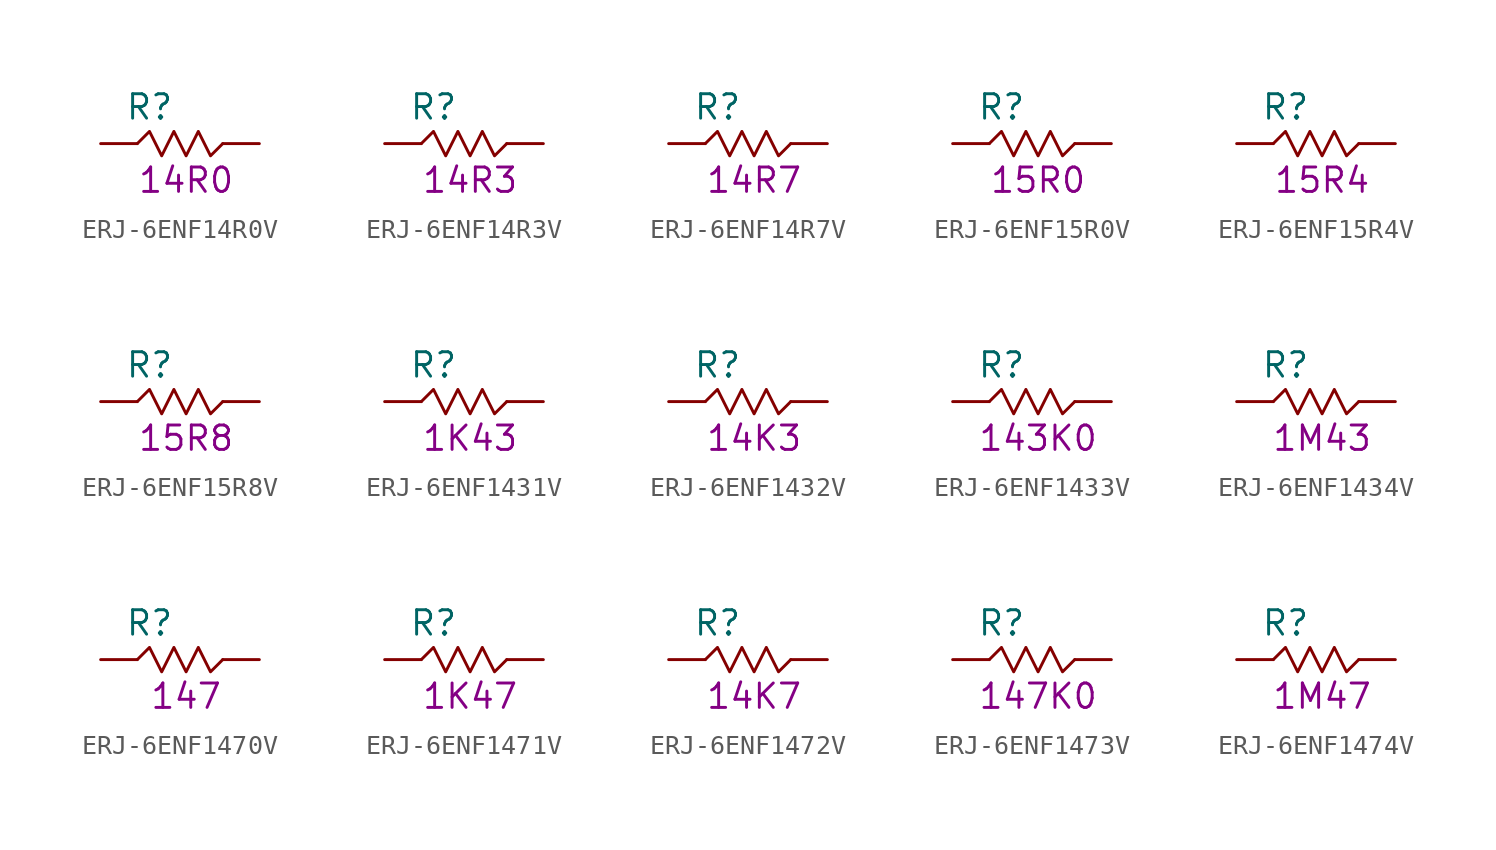
<source format=kicad_sym>
(kicad_symbol_lib
  (version 20211014)
  (generator KiCadLib_py)
  (symbol "ERJ-6ENF14R0V"
    (pin_numbers hide)
    (pin_names hide)
    (property "Reference" "R"
      (at -1.905 1.905 0)
      (effects (font (size 1.27 1.27))))
    (property "Val" "14R0"
      (at 0 -1.905 0)
      (effects (font (size 1.27 1.27))))
    (symbol "ERJ-6ENF14R0V_0_1"
      (polyline (pts (xy -2.54 0) (xy -1.905 0.635) (xy -1.27 -0.635) (xy -0.635 0.635) (xy 0 -0.635) (xy 0.635 0.635) (xy 1.27 -0.635) (xy 1.905 0)) (stroke (width 0) (type default) (color 0 0 0 0)) (fill (type none))))
    (symbol "ERJ-6ENF14R0V_1_1"
      (pin passive line (at -4.445 0 0) (length 1.905) (name "~" (effects (font (size 1.27 1.27)))) (number "1" (effects (font (size 1.27 1.27)))))
      (pin passive line (at 3.81 0 180) (length 1.905) (name "~" (effects (font (size 1.27 1.27)))) (number "2" (effects (font (size 1.27 1.27)))))))
  (symbol "ERJ-6ENF14R3V"
    (pin_numbers hide)
    (pin_names hide)
    (property "Reference" "R"
      (at -1.905 1.905 0)
      (effects (font (size 1.27 1.27))))
    (property "Val" "14R3"
      (at 0 -1.905 0)
      (effects (font (size 1.27 1.27))))
    (symbol "ERJ-6ENF14R3V_0_1"
      (polyline (pts (xy -2.54 0) (xy -1.905 0.635) (xy -1.27 -0.635) (xy -0.635 0.635) (xy 0 -0.635) (xy 0.635 0.635) (xy 1.27 -0.635) (xy 1.905 0)) (stroke (width 0) (type default) (color 0 0 0 0)) (fill (type none))))
    (symbol "ERJ-6ENF14R3V_1_1"
      (pin passive line (at -4.445 0 0) (length 1.905) (name "~" (effects (font (size 1.27 1.27)))) (number "1" (effects (font (size 1.27 1.27)))))
      (pin passive line (at 3.81 0 180) (length 1.905) (name "~" (effects (font (size 1.27 1.27)))) (number "2" (effects (font (size 1.27 1.27)))))))
  (symbol "ERJ-6ENF14R7V"
    (pin_numbers hide)
    (pin_names hide)
    (property "Reference" "R"
      (at -1.905 1.905 0)
      (effects (font (size 1.27 1.27))))
    (property "Val" "14R7"
      (at 0 -1.905 0)
      (effects (font (size 1.27 1.27))))
    (symbol "ERJ-6ENF14R7V_0_1"
      (polyline (pts (xy -2.54 0) (xy -1.905 0.635) (xy -1.27 -0.635) (xy -0.635 0.635) (xy 0 -0.635) (xy 0.635 0.635) (xy 1.27 -0.635) (xy 1.905 0)) (stroke (width 0) (type default) (color 0 0 0 0)) (fill (type none))))
    (symbol "ERJ-6ENF14R7V_1_1"
      (pin passive line (at -4.445 0 0) (length 1.905) (name "~" (effects (font (size 1.27 1.27)))) (number "1" (effects (font (size 1.27 1.27)))))
      (pin passive line (at 3.81 0 180) (length 1.905) (name "~" (effects (font (size 1.27 1.27)))) (number "2" (effects (font (size 1.27 1.27)))))))
  (symbol "ERJ-6ENF15R0V"
    (pin_numbers hide)
    (pin_names hide)
    (property "Reference" "R"
      (at -1.905 1.905 0)
      (effects (font (size 1.27 1.27))))
    (property "Val" "15R0"
      (at 0 -1.905 0)
      (effects (font (size 1.27 1.27))))
    (symbol "ERJ-6ENF15R0V_0_1"
      (polyline (pts (xy -2.54 0) (xy -1.905 0.635) (xy -1.27 -0.635) (xy -0.635 0.635) (xy 0 -0.635) (xy 0.635 0.635) (xy 1.27 -0.635) (xy 1.905 0)) (stroke (width 0) (type default) (color 0 0 0 0)) (fill (type none))))
    (symbol "ERJ-6ENF15R0V_1_1"
      (pin passive line (at -4.445 0 0) (length 1.905) (name "~" (effects (font (size 1.27 1.27)))) (number "1" (effects (font (size 1.27 1.27)))))
      (pin passive line (at 3.81 0 180) (length 1.905) (name "~" (effects (font (size 1.27 1.27)))) (number "2" (effects (font (size 1.27 1.27)))))))
  (symbol "ERJ-6ENF15R4V"
    (pin_numbers hide)
    (pin_names hide)
    (property "Reference" "R"
      (at -1.905 1.905 0)
      (effects (font (size 1.27 1.27))))
    (property "Val" "15R4"
      (at 0 -1.905 0)
      (effects (font (size 1.27 1.27))))
    (symbol "ERJ-6ENF15R4V_0_1"
      (polyline (pts (xy -2.54 0) (xy -1.905 0.635) (xy -1.27 -0.635) (xy -0.635 0.635) (xy 0 -0.635) (xy 0.635 0.635) (xy 1.27 -0.635) (xy 1.905 0)) (stroke (width 0) (type default) (color 0 0 0 0)) (fill (type none))))
    (symbol "ERJ-6ENF15R4V_1_1"
      (pin passive line (at -4.445 0 0) (length 1.905) (name "~" (effects (font (size 1.27 1.27)))) (number "1" (effects (font (size 1.27 1.27)))))
      (pin passive line (at 3.81 0 180) (length 1.905) (name "~" (effects (font (size 1.27 1.27)))) (number "2" (effects (font (size 1.27 1.27)))))))
  (symbol "ERJ-6ENF15R8V"
    (pin_numbers hide)
    (pin_names hide)
    (property "Reference" "R"
      (at -1.905 1.905 0)
      (effects (font (size 1.27 1.27))))
    (property "Val" "15R8"
      (at 0 -1.905 0)
      (effects (font (size 1.27 1.27))))
    (symbol "ERJ-6ENF15R8V_0_1"
      (polyline (pts (xy -2.54 0) (xy -1.905 0.635) (xy -1.27 -0.635) (xy -0.635 0.635) (xy 0 -0.635) (xy 0.635 0.635) (xy 1.27 -0.635) (xy 1.905 0)) (stroke (width 0) (type default) (color 0 0 0 0)) (fill (type none))))
    (symbol "ERJ-6ENF15R8V_1_1"
      (pin passive line (at -4.445 0 0) (length 1.905) (name "~" (effects (font (size 1.27 1.27)))) (number "1" (effects (font (size 1.27 1.27)))))
      (pin passive line (at 3.81 0 180) (length 1.905) (name "~" (effects (font (size 1.27 1.27)))) (number "2" (effects (font (size 1.27 1.27)))))))
  (symbol "ERJ-6ENF1431V"
    (pin_numbers hide)
    (pin_names hide)
    (property "Reference" "R"
      (at -1.905 1.905 0)
      (effects (font (size 1.27 1.27))))
    (property "Val" "1K43"
      (at 0 -1.905 0)
      (effects (font (size 1.27 1.27))))
    (symbol "ERJ-6ENF1431V_0_1"
      (polyline (pts (xy -2.54 0) (xy -1.905 0.635) (xy -1.27 -0.635) (xy -0.635 0.635) (xy 0 -0.635) (xy 0.635 0.635) (xy 1.27 -0.635) (xy 1.905 0)) (stroke (width 0) (type default) (color 0 0 0 0)) (fill (type none))))
    (symbol "ERJ-6ENF1431V_1_1"
      (pin passive line (at -4.445 0 0) (length 1.905) (name "~" (effects (font (size 1.27 1.27)))) (number "1" (effects (font (size 1.27 1.27)))))
      (pin passive line (at 3.81 0 180) (length 1.905) (name "~" (effects (font (size 1.27 1.27)))) (number "2" (effects (font (size 1.27 1.27)))))))
  (symbol "ERJ-6ENF1432V"
    (pin_numbers hide)
    (pin_names hide)
    (property "Reference" "R"
      (at -1.905 1.905 0)
      (effects (font (size 1.27 1.27))))
    (property "Val" "14K3"
      (at 0 -1.905 0)
      (effects (font (size 1.27 1.27))))
    (symbol "ERJ-6ENF1432V_0_1"
      (polyline (pts (xy -2.54 0) (xy -1.905 0.635) (xy -1.27 -0.635) (xy -0.635 0.635) (xy 0 -0.635) (xy 0.635 0.635) (xy 1.27 -0.635) (xy 1.905 0)) (stroke (width 0) (type default) (color 0 0 0 0)) (fill (type none))))
    (symbol "ERJ-6ENF1432V_1_1"
      (pin passive line (at -4.445 0 0) (length 1.905) (name "~" (effects (font (size 1.27 1.27)))) (number "1" (effects (font (size 1.27 1.27)))))
      (pin passive line (at 3.81 0 180) (length 1.905) (name "~" (effects (font (size 1.27 1.27)))) (number "2" (effects (font (size 1.27 1.27)))))))
  (symbol "ERJ-6ENF1433V"
    (pin_numbers hide)
    (pin_names hide)
    (property "Reference" "R"
      (at -1.905 1.905 0)
      (effects (font (size 1.27 1.27))))
    (property "Val" "143K0"
      (at 0 -1.905 0)
      (effects (font (size 1.27 1.27))))
    (symbol "ERJ-6ENF1433V_0_1"
      (polyline (pts (xy -2.54 0) (xy -1.905 0.635) (xy -1.27 -0.635) (xy -0.635 0.635) (xy 0 -0.635) (xy 0.635 0.635) (xy 1.27 -0.635) (xy 1.905 0)) (stroke (width 0) (type default) (color 0 0 0 0)) (fill (type none))))
    (symbol "ERJ-6ENF1433V_1_1"
      (pin passive line (at -4.445 0 0) (length 1.905) (name "~" (effects (font (size 1.27 1.27)))) (number "1" (effects (font (size 1.27 1.27)))))
      (pin passive line (at 3.81 0 180) (length 1.905) (name "~" (effects (font (size 1.27 1.27)))) (number "2" (effects (font (size 1.27 1.27)))))))
  (symbol "ERJ-6ENF1434V"
    (pin_numbers hide)
    (pin_names hide)
    (property "Reference" "R"
      (at -1.905 1.905 0)
      (effects (font (size 1.27 1.27))))
    (property "Val" "1M43"
      (at 0 -1.905 0)
      (effects (font (size 1.27 1.27))))
    (symbol "ERJ-6ENF1434V_0_1"
      (polyline (pts (xy -2.54 0) (xy -1.905 0.635) (xy -1.27 -0.635) (xy -0.635 0.635) (xy 0 -0.635) (xy 0.635 0.635) (xy 1.27 -0.635) (xy 1.905 0)) (stroke (width 0) (type default) (color 0 0 0 0)) (fill (type none))))
    (symbol "ERJ-6ENF1434V_1_1"
      (pin passive line (at -4.445 0 0) (length 1.905) (name "~" (effects (font (size 1.27 1.27)))) (number "1" (effects (font (size 1.27 1.27)))))
      (pin passive line (at 3.81 0 180) (length 1.905) (name "~" (effects (font (size 1.27 1.27)))) (number "2" (effects (font (size 1.27 1.27)))))))
  (symbol "ERJ-6ENF1470V"
    (pin_numbers hide)
    (pin_names hide)
    (property "Reference" "R"
      (at -1.905 1.905 0)
      (effects (font (size 1.27 1.27))))
    (property "Val" "147"
      (at 0 -1.905 0)
      (effects (font (size 1.27 1.27))))
    (symbol "ERJ-6ENF1470V_0_1"
      (polyline (pts (xy -2.54 0) (xy -1.905 0.635) (xy -1.27 -0.635) (xy -0.635 0.635) (xy 0 -0.635) (xy 0.635 0.635) (xy 1.27 -0.635) (xy 1.905 0)) (stroke (width 0) (type default) (color 0 0 0 0)) (fill (type none))))
    (symbol "ERJ-6ENF1470V_1_1"
      (pin passive line (at -4.445 0 0) (length 1.905) (name "~" (effects (font (size 1.27 1.27)))) (number "1" (effects (font (size 1.27 1.27)))))
      (pin passive line (at 3.81 0 180) (length 1.905) (name "~" (effects (font (size 1.27 1.27)))) (number "2" (effects (font (size 1.27 1.27)))))))
  (symbol "ERJ-6ENF1471V"
    (pin_numbers hide)
    (pin_names hide)
    (property "Reference" "R"
      (at -1.905 1.905 0)
      (effects (font (size 1.27 1.27))))
    (property "Val" "1K47"
      (at 0 -1.905 0)
      (effects (font (size 1.27 1.27))))
    (symbol "ERJ-6ENF1471V_0_1"
      (polyline (pts (xy -2.54 0) (xy -1.905 0.635) (xy -1.27 -0.635) (xy -0.635 0.635) (xy 0 -0.635) (xy 0.635 0.635) (xy 1.27 -0.635) (xy 1.905 0)) (stroke (width 0) (type default) (color 0 0 0 0)) (fill (type none))))
    (symbol "ERJ-6ENF1471V_1_1"
      (pin passive line (at -4.445 0 0) (length 1.905) (name "~" (effects (font (size 1.27 1.27)))) (number "1" (effects (font (size 1.27 1.27)))))
      (pin passive line (at 3.81 0 180) (length 1.905) (name "~" (effects (font (size 1.27 1.27)))) (number "2" (effects (font (size 1.27 1.27)))))))
  (symbol "ERJ-6ENF1472V"
    (pin_numbers hide)
    (pin_names hide)
    (property "Reference" "R"
      (at -1.905 1.905 0)
      (effects (font (size 1.27 1.27))))
    (property "Val" "14K7"
      (at 0 -1.905 0)
      (effects (font (size 1.27 1.27))))
    (symbol "ERJ-6ENF1472V_0_1"
      (polyline (pts (xy -2.54 0) (xy -1.905 0.635) (xy -1.27 -0.635) (xy -0.635 0.635) (xy 0 -0.635) (xy 0.635 0.635) (xy 1.27 -0.635) (xy 1.905 0)) (stroke (width 0) (type default) (color 0 0 0 0)) (fill (type none))))
    (symbol "ERJ-6ENF1472V_1_1"
      (pin passive line (at -4.445 0 0) (length 1.905) (name "~" (effects (font (size 1.27 1.27)))) (number "1" (effects (font (size 1.27 1.27)))))
      (pin passive line (at 3.81 0 180) (length 1.905) (name "~" (effects (font (size 1.27 1.27)))) (number "2" (effects (font (size 1.27 1.27)))))))
  (symbol "ERJ-6ENF1473V"
    (pin_numbers hide)
    (pin_names hide)
    (property "Reference" "R"
      (at -1.905 1.905 0)
      (effects (font (size 1.27 1.27))))
    (property "Val" "147K0"
      (at 0 -1.905 0)
      (effects (font (size 1.27 1.27))))
    (symbol "ERJ-6ENF1473V_0_1"
      (polyline (pts (xy -2.54 0) (xy -1.905 0.635) (xy -1.27 -0.635) (xy -0.635 0.635) (xy 0 -0.635) (xy 0.635 0.635) (xy 1.27 -0.635) (xy 1.905 0)) (stroke (width 0) (type default) (color 0 0 0 0)) (fill (type none))))
    (symbol "ERJ-6ENF1473V_1_1"
      (pin passive line (at -4.445 0 0) (length 1.905) (name "~" (effects (font (size 1.27 1.27)))) (number "1" (effects (font (size 1.27 1.27)))))
      (pin passive line (at 3.81 0 180) (length 1.905) (name "~" (effects (font (size 1.27 1.27)))) (number "2" (effects (font (size 1.27 1.27)))))))
  (symbol "ERJ-6ENF1474V"
    (pin_numbers hide)
    (pin_names hide)
    (property "Reference" "R"
      (at -1.905 1.905 0)
      (effects (font (size 1.27 1.27))))
    (property "Val" "1M47"
      (at 0 -1.905 0)
      (effects (font (size 1.27 1.27))))
    (symbol "ERJ-6ENF1474V_0_1"
      (polyline (pts (xy -2.54 0) (xy -1.905 0.635) (xy -1.27 -0.635) (xy -0.635 0.635) (xy 0 -0.635) (xy 0.635 0.635) (xy 1.27 -0.635) (xy 1.905 0)) (stroke (width 0) (type default) (color 0 0 0 0)) (fill (type none))))
    (symbol "ERJ-6ENF1474V_1_1"
      (pin passive line (at -4.445 0 0) (length 1.905) (name "~" (effects (font (size 1.27 1.27)))) (number "1" (effects (font (size 1.27 1.27)))))
      (pin passive line (at 3.81 0 180) (length 1.905) (name "~" (effects (font (size 1.27 1.27)))) (number "2" (effects (font (size 1.27 1.27))))))))
</source>
